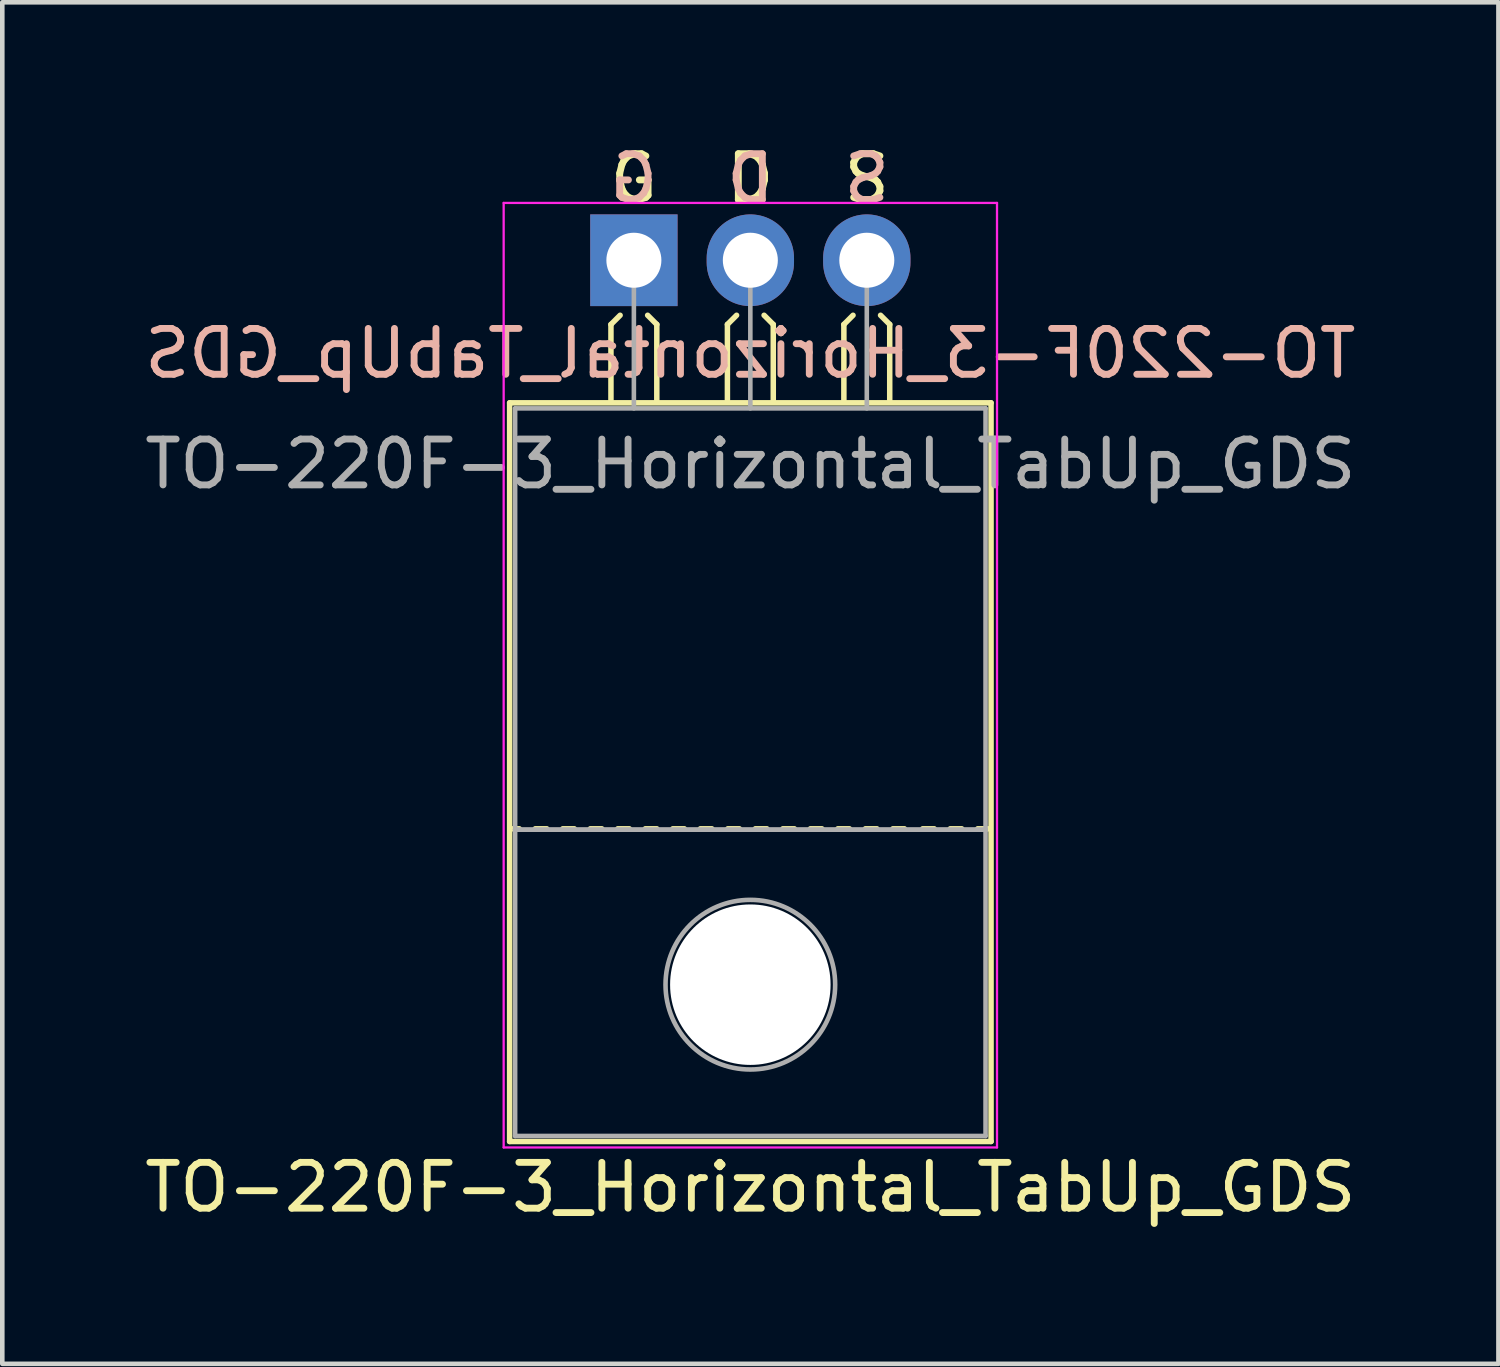
<source format=kicad_pcb>
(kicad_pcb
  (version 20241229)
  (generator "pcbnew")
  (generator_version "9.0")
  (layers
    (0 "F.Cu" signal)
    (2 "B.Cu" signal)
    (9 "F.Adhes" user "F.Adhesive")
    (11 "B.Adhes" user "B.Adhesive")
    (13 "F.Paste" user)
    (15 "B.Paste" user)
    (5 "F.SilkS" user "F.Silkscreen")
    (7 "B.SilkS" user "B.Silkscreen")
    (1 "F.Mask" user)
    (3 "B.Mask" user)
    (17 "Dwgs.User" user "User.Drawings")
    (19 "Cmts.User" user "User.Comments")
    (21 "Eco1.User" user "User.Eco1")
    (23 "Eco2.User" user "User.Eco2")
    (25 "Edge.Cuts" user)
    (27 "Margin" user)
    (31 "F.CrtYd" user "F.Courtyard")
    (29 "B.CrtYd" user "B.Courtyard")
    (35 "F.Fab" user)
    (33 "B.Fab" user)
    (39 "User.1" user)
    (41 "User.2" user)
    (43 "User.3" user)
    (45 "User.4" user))
  (footprint "TO-220F-3_Horizontal_TabUp_GDS"
    (layer "F.Cu")
    (at 10.775 2.626)
    (property "Reference" "TO-220F-3_Horizontal_TabUp_GDS" (at 2.54 20.22 0) (layer "F.SilkS") (effects (font (size 1 1) (thickness 0.15))))
    (fp_line (start -2.71 19.22) (end -2.71 3.11) (stroke (width 0.12) (type solid)) (layer "F.SilkS"))
    (fp_line (start -2.5 12.4) (end -2.7 12.4) (stroke (width 0.12) (type solid)) (layer "F.SilkS"))
    (fp_line (start -1.9 12.4) (end -2.15 12.4) (stroke (width 0.12) (type solid)) (layer "F.SilkS"))
    (fp_line (start -1.3 12.4) (end -1.55 12.4) (stroke (width 0.12) (type solid)) (layer "F.SilkS"))
    (fp_line (start -0.7 12.4) (end -0.95 12.4) (stroke (width 0.12) (type solid)) (layer "F.SilkS"))
    (fp_line (start -0.5 1.4) (end -0.3 1.2) (stroke (width 0.12) (type solid)) (layer "F.SilkS"))
    (fp_line (start -0.5 3.048) (end -0.5 1.4) (stroke (width 0.12) (type solid)) (layer "F.SilkS"))
    (fp_line (start -0.1 12.4) (end -0.35 12.4) (stroke (width 0.12) (type solid)) (layer "F.SilkS"))
    (fp_line (start 0.5 1.4) (end 0.3 1.2) (stroke (width 0.12) (type solid)) (layer "F.SilkS"))
    (fp_line (start 0.5 3.048) (end 0.5 1.4) (stroke (width 0.12) (type solid)) (layer "F.SilkS"))
    (fp_line (start 0.5 12.4) (end 0.25 12.4) (stroke (width 0.12) (type solid)) (layer "F.SilkS"))
    (fp_line (start 1.1 12.4) (end 0.85 12.4) (stroke (width 0.12) (type solid)) (layer "F.SilkS"))
    (fp_line (start 1.7 12.4) (end 1.45 12.4) (stroke (width 0.12) (type solid)) (layer "F.SilkS"))
    (fp_line (start 2.04 1.4) (end 2.24 1.2) (stroke (width 0.12) (type solid)) (layer "F.SilkS"))
    (fp_line (start 2.04 3.048) (end 2.04 1.4) (stroke (width 0.12) (type solid)) (layer "F.SilkS"))
    (fp_line (start 2.3 12.4) (end 2.05 12.4) (stroke (width 0.12) (type solid)) (layer "F.SilkS"))
    (fp_line (start 2.9 12.4) (end 2.65 12.4) (stroke (width 0.12) (type solid)) (layer "F.SilkS"))
    (fp_line (start 3.04 1.4) (end 2.84 1.2) (stroke (width 0.12) (type solid)) (layer "F.SilkS"))
    (fp_line (start 3.04 3.048) (end 3.04 1.4) (stroke (width 0.12) (type solid)) (layer "F.SilkS"))
    (fp_line (start 3.5 12.4) (end 3.25 12.4) (stroke (width 0.12) (type solid)) (layer "F.SilkS"))
    (fp_line (start 4.1 12.4) (end 3.85 12.4) (stroke (width 0.12) (type solid)) (layer "F.SilkS"))
    (fp_line (start 4.58 1.4) (end 4.78 1.2) (stroke (width 0.12) (type solid)) (layer "F.SilkS"))
    (fp_line (start 4.58 3.048) (end 4.58 1.4) (stroke (width 0.12) (type solid)) (layer "F.SilkS"))
    (fp_line (start 4.7 12.4) (end 4.45 12.4) (stroke (width 0.12) (type solid)) (layer "F.SilkS"))
    (fp_line (start 5.3 12.4) (end 5.05 12.4) (stroke (width 0.12) (type solid)) (layer "F.SilkS"))
    (fp_line (start 5.58 1.4) (end 5.38 1.2) (stroke (width 0.12) (type solid)) (layer "F.SilkS"))
    (fp_line (start 5.58 3.048) (end 5.58 1.4) (stroke (width 0.12) (type solid)) (layer "F.SilkS"))
    (fp_line (start 5.9 12.4) (end 5.65 12.4) (stroke (width 0.12) (type solid)) (layer "F.SilkS"))
    (fp_line (start 6.55 12.4) (end 6.3 12.4) (stroke (width 0.12) (type solid)) (layer "F.SilkS"))
    (fp_line (start 7.15 12.4) (end 6.9 12.4) (stroke (width 0.12) (type solid)) (layer "F.SilkS"))
    (fp_line (start 7.75 12.4) (end 7.5 12.4) (stroke (width 0.12) (type solid)) (layer "F.SilkS"))
    (fp_line (start 7.79 3.11) (end -2.71 3.11) (stroke (width 0.12) (type solid)) (layer "F.SilkS"))
    (fp_line (start 7.79 19.22) (end -2.71 19.22) (stroke (width 0.12) (type solid)) (layer "F.SilkS"))
    (fp_line (start 7.79 19.22) (end 7.79 3.11) (stroke (width 0.12) (type solid)) (layer "F.SilkS"))
    (fp_line (start -2.84 -1.25) (end -2.84 19.35) (stroke (width 0.05) (type solid)) (layer "F.CrtYd"))
    (fp_line (start -2.84 19.35) (end 7.92 19.35) (stroke (width 0.05) (type solid)) (layer "F.CrtYd"))
    (fp_line (start 7.92 -1.25) (end -2.84 -1.25) (stroke (width 0.05) (type solid)) (layer "F.CrtYd"))
    (fp_line (start 7.92 19.35) (end 7.92 -1.25) (stroke (width 0.05) (type solid)) (layer "F.CrtYd"))
    (fp_line (start -2.59 3.23) (end -2.59 12.42) (stroke (width 0.1) (type solid)) (layer "F.Fab"))
    (fp_line (start -2.59 12.42) (end -2.59 19.1) (stroke (width 0.1) (type solid)) (layer "F.Fab"))
    (fp_line (start -2.59 12.42) (end 7.67 12.42) (stroke (width 0.1) (type solid)) (layer "F.Fab"))
    (fp_line (start -2.59 19.1) (end 7.67 19.1) (stroke (width 0.1) (type solid)) (layer "F.Fab"))
    (fp_line (start 0 3.23) (end 0 0) (stroke (width 0.1) (type solid)) (layer "F.Fab"))
    (fp_line (start 2.54 3.23) (end 2.54 0) (stroke (width 0.1) (type solid)) (layer "F.Fab"))
    (fp_line (start 5.08 3.23) (end 5.08 0) (stroke (width 0.1) (type solid)) (layer "F.Fab"))
    (fp_line (start 7.67 3.23) (end -2.59 3.23) (stroke (width 0.1) (type solid)) (layer "F.Fab"))
    (fp_line (start 7.67 12.42) (end -2.59 12.42) (stroke (width 0.1) (type solid)) (layer "F.Fab"))
    (fp_line (start 7.67 12.42) (end 7.67 3.23) (stroke (width 0.1) (type solid)) (layer "F.Fab"))
    (fp_line (start 7.67 19.1) (end 7.67 12.42) (stroke (width 0.1) (type solid)) (layer "F.Fab"))
    (fp_circle (center 2.54 15.8) (end 4.39 15.8) (stroke (width 0.1) (type solid)) (fill no) (layer "F.Fab"))
    (fp_text user "D" (at 2.54 -1.778 0) (layer "F.SilkS") (effects (font (size 1 1) (thickness 0.15))))
    (fp_text user "S" (at 5.08 -1.778 0) (layer "F.SilkS") (effects (font (size 1 1) (thickness 0.15))))
    (fp_text user "G" (at 0 -1.778 0) (layer "F.SilkS") (effects (font (size 1 1) (thickness 0.15))))
    (fp_text user "D" (at 2.54 -1.778 0) (layer "B.SilkS") (effects (font (size 1 1) (thickness 0.15)) (justify mirror)))
    (fp_text user "${REFERENCE}" (at 2.54 2.032 0) (layer "B.SilkS") (effects (font (size 1 1) (thickness 0.15)) (justify mirror)))
    (fp_text user "S" (at 5.08 -1.778 0) (layer "B.SilkS") (effects (font (size 1 1) (thickness 0.15)) (justify mirror)))
    (fp_text user "G" (at 0 -1.778 0) (layer "B.SilkS") (effects (font (size 1 1) (thickness 0.15)) (justify mirror)))
    (fp_text user "${REFERENCE}" (at 2.54 4.445 0) (layer "F.Fab") (effects (font (size 1 1) (thickness 0.15))))
    (pad "" np_thru_hole oval (at 2.54 15.8) (size 3.5 3.5) (drill 3.5) (layers "*.Cu" "*.Mask"))
    (pad "1" thru_hole rect (at 0 0) (size 1.905 2) (drill 1.2) (layers "*.Cu" "*.Mask"))
    (pad "2" thru_hole oval (at 2.54 0) (size 1.905 2) (drill 1.2) (layers "*.Cu" "*.Mask"))
    (pad "3" thru_hole oval (at 5.08 0) (size 1.905 2) (drill 1.2) (layers "*.Cu" "*.Mask")))
  (gr_rect
    (start -3 -3)
    (end 29.631 26.695)
    (stroke (width 0.1) (type default))
    (fill no)
    (layer "Edge.Cuts")))
</source>
